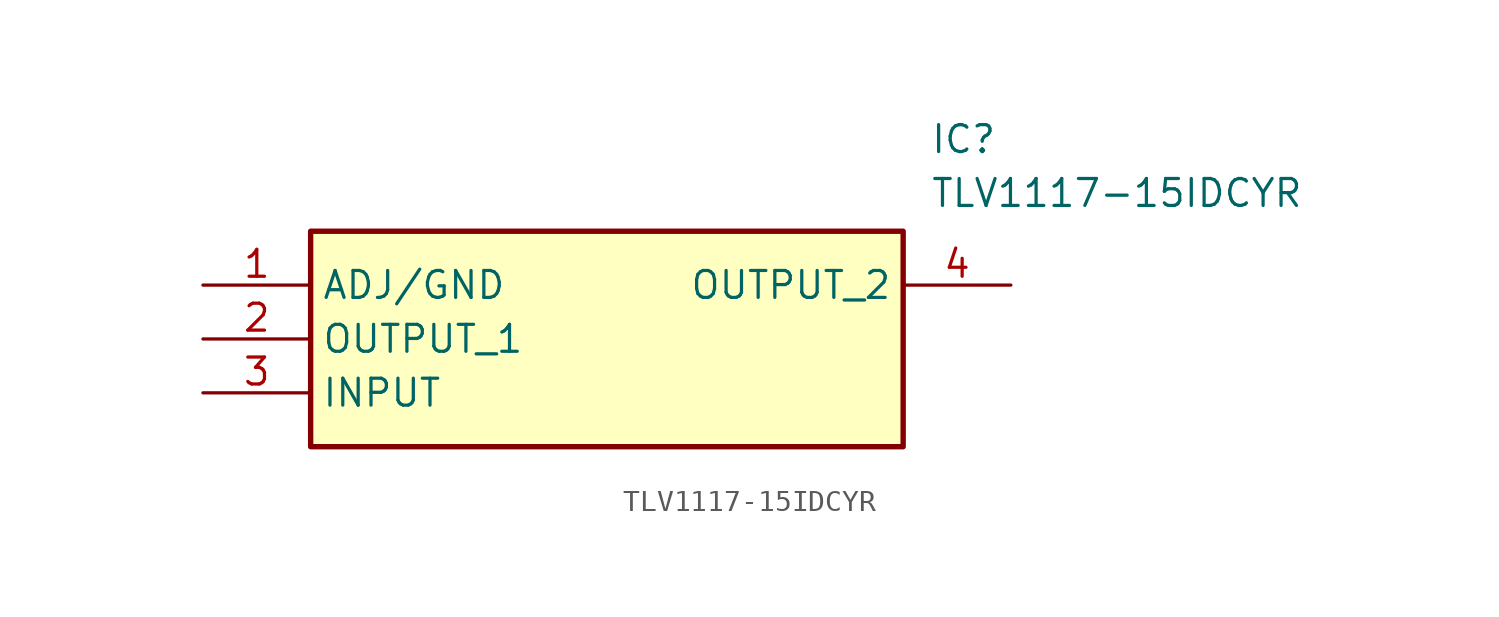
<source format=kicad_sym>
(kicad_symbol_lib
  (version 20211014)
  (generator SamacSys_ECAD_Model)
  (symbol "TLV1117-15IDCYR"
    (property "Reference" "IC"
      (at 34.29 7.62 0)
      (effects (font (size 1.27 1.27)) (justify left top)))
    (property "Value" "TLV1117-15IDCYR"
      (at 34.29 5.08 0)
      (effects (font (size 1.27 1.27)) (justify left top)))
    (rectangle
      (start 5.08 2.54)
      (end 33.02 -7.62)
      (stroke (width 0.254) (type default))
      (fill (type background)))
    (pin passive line
      (at 0 0 0)
      (length 5.08)
      (name "ADJ/GND" (effects (font (size 1.27 1.27))))
      (number "1" (effects (font (size 1.27 1.27)))))
    (pin passive line
      (at 0 -2.54 0)
      (length 5.08)
      (name "OUTPUT_1" (effects (font (size 1.27 1.27))))
      (number "2" (effects (font (size 1.27 1.27)))))
    (pin passive line
      (at 0 -5.08 0)
      (length 5.08)
      (name "INPUT" (effects (font (size 1.27 1.27))))
      (number "3" (effects (font (size 1.27 1.27)))))
    (pin passive line
      (at 38.1 0 180)
      (length 5.08)
      (name "OUTPUT_2" (effects (font (size 1.27 1.27))))
      (number "4" (effects (font (size 1.27 1.27)))))))
</source>
